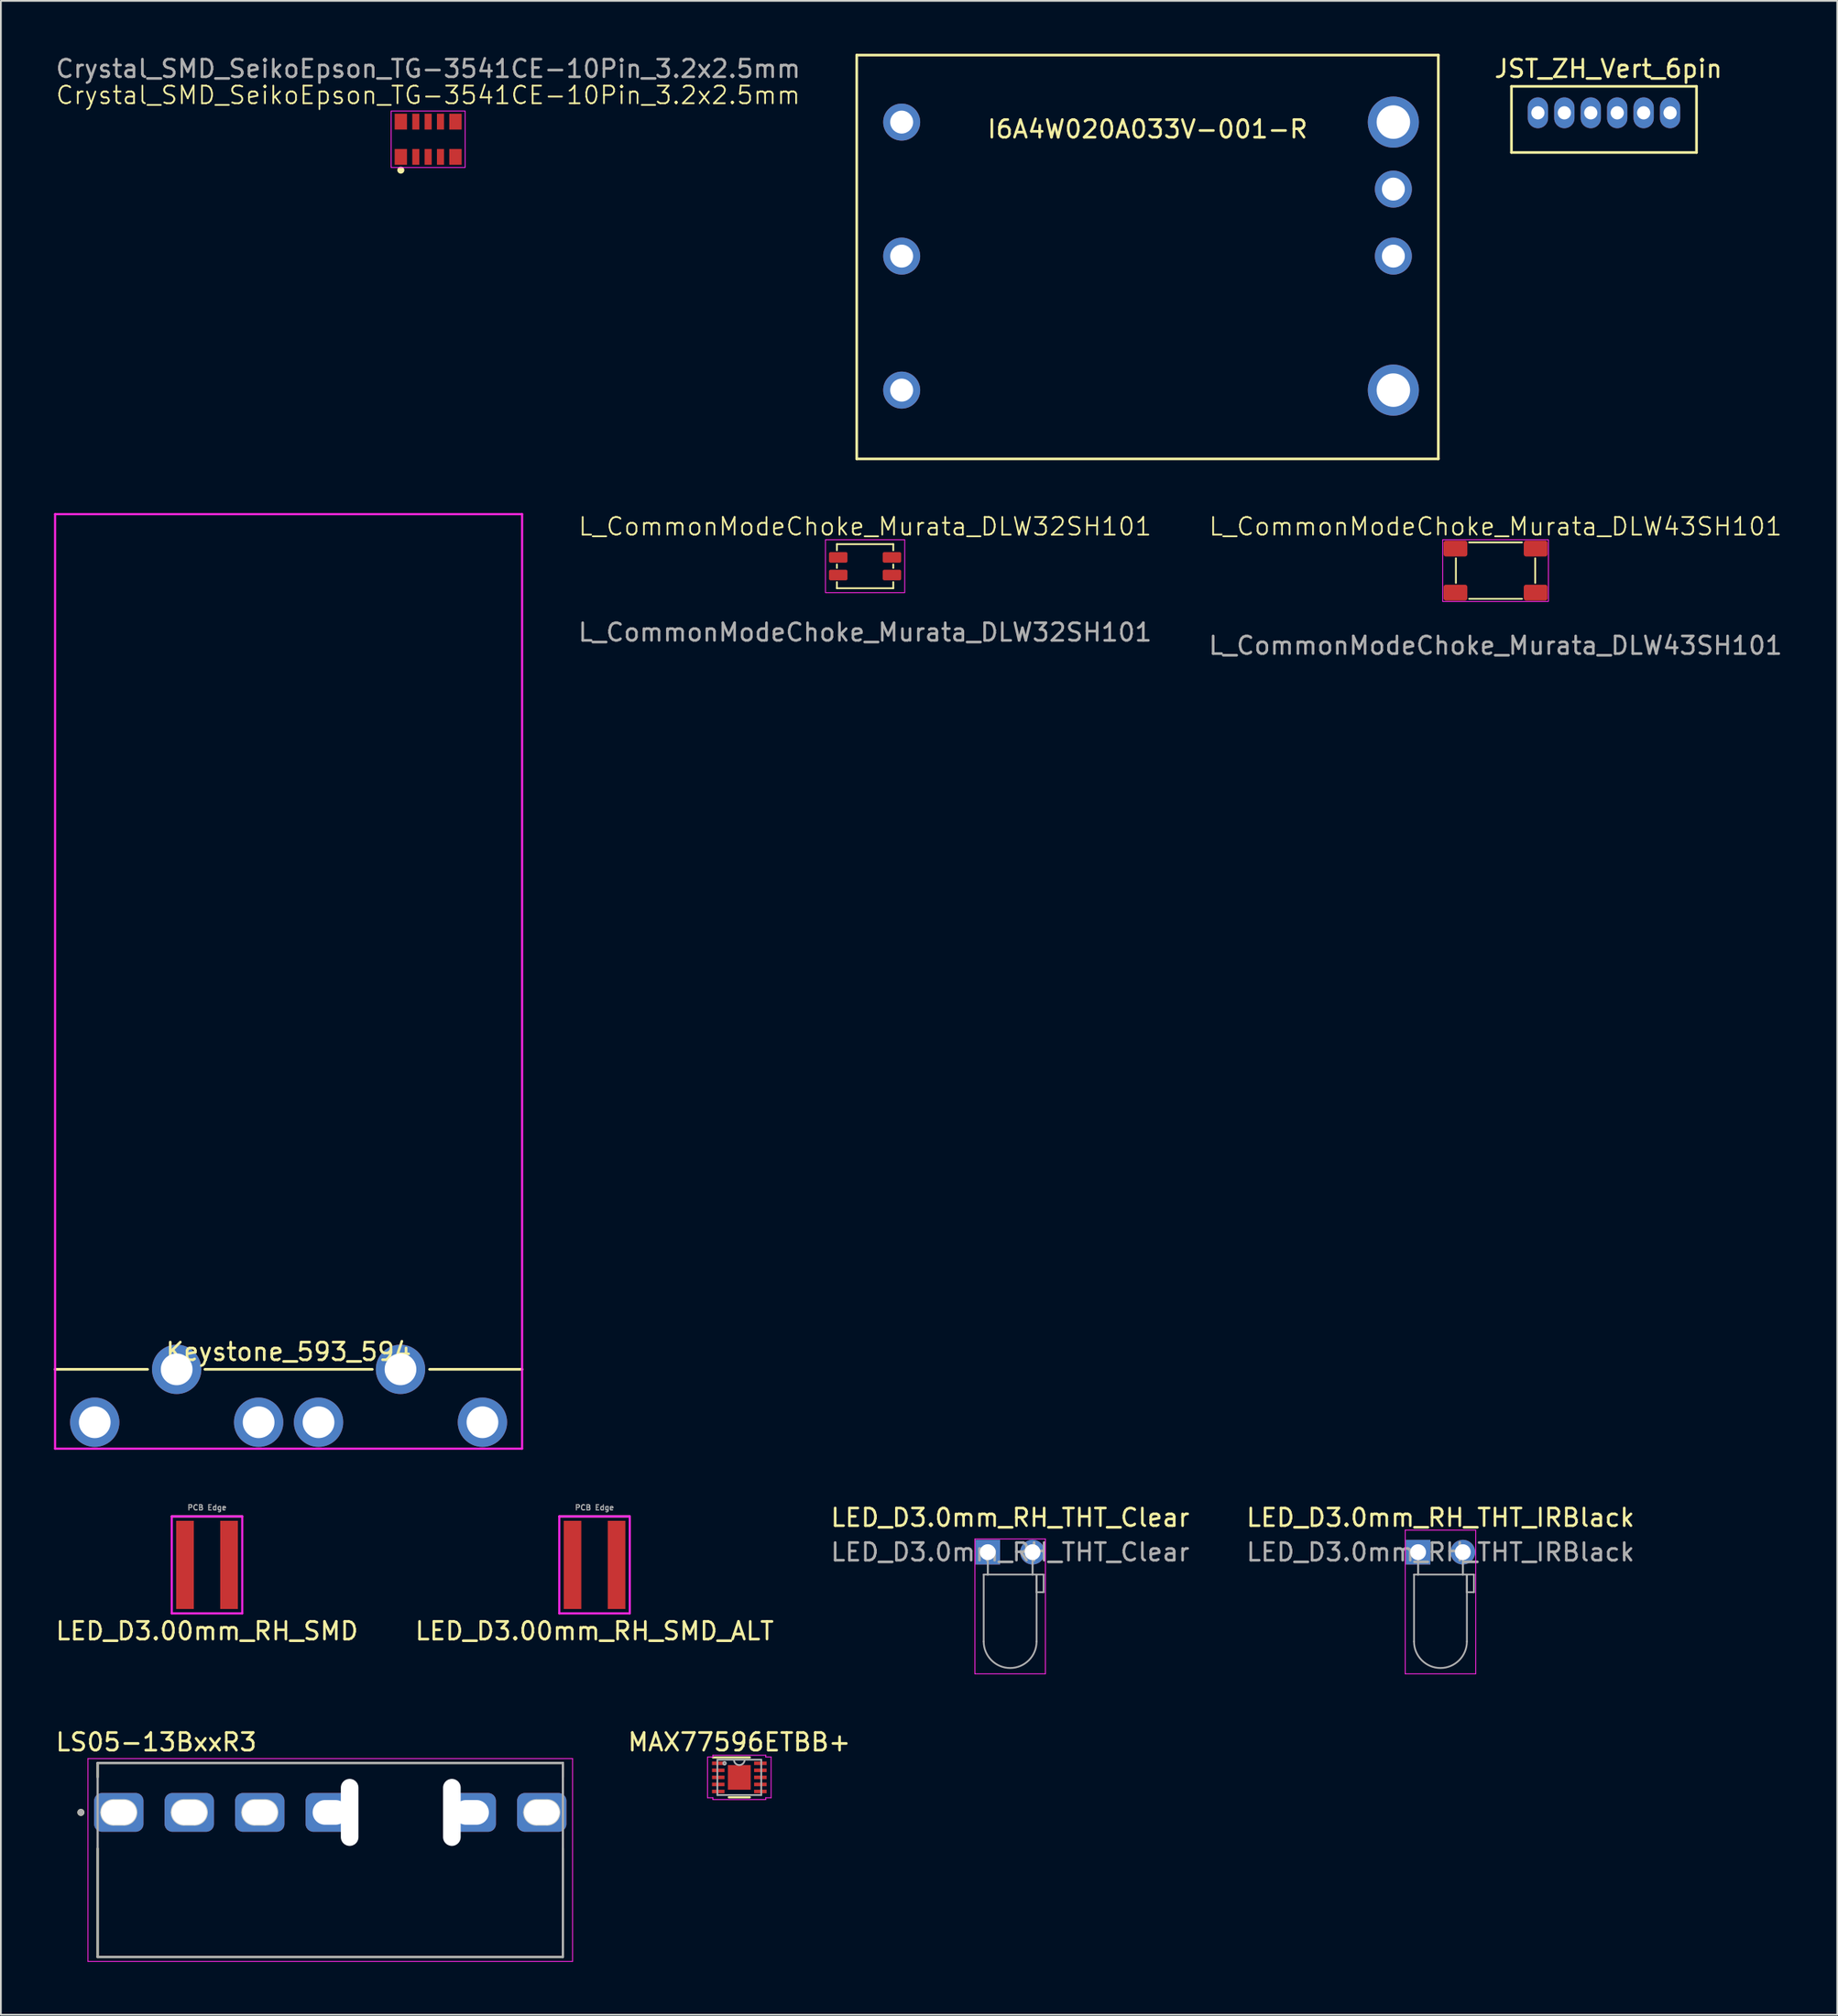
<source format=kicad_pcb>
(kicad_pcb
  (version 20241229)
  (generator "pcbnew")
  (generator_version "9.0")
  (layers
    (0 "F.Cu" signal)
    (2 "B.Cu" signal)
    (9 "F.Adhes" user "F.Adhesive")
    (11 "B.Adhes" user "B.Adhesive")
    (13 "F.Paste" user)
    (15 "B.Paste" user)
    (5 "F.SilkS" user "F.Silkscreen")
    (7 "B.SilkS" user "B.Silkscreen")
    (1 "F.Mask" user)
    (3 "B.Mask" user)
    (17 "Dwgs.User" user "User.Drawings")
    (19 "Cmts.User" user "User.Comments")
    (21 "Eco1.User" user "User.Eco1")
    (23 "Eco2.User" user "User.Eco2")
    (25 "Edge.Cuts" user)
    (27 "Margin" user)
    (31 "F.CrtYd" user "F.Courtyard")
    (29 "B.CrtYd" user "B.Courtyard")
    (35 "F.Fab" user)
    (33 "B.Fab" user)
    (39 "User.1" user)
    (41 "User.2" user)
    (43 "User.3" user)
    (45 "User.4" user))
  (footprint "LED_D3.00mm_RH_SMD"
    (layer "F.Cu")
    (at 8.696 85.701)
    (property "Reference" "LED_D3.00mm_RH_SMD" (at 0 3.75 0) (layer "F.SilkS") (effects (font (size 1 1) (thickness 0.15))))
    (attr smd)
    (fp_line (start -2 -2.75) (end -2 2.75) (stroke (width 0.12) (type solid)) (layer "F.CrtYd"))
    (fp_line (start -2 2.75) (end 2 2.75) (stroke (width 0.12) (type solid)) (layer "F.CrtYd"))
    (fp_line (start 2 -2.75) (end -2 -2.75) (stroke (width 0.12) (type solid)) (layer "F.CrtYd"))
    (fp_line (start 2 2.75) (end 2 -2.75) (stroke (width 0.12) (type solid)) (layer "F.CrtYd"))
    (fp_line (start -2 -2.75) (end 2 -2.75) (stroke (width 0.12) (type solid)) (layer "F.Fab"))
    (fp_text user "PCB Edge" (at 0 -3.25 0) (layer "F.Fab") (effects (font (size 0.3 0.3) (thickness 0.06))))
    (pad "1" smd rect (at -1.25 0) (size 1 5) (layers "F.Cu" "F.Mask" "F.Paste"))
    (pad "2" smd rect (at 1.25 0) (size 1 5) (layers "F.Cu" "F.Mask" "F.Paste")))
  (footprint "LED_D3.0mm_RH_THT_IRBlack"
    (layer "F.Cu")
    (at 78.685 84.978)
    (property "Reference" "LED_D3.0mm_RH_THT_IRBlack" (at 0 -1.96 0) (layer "F.SilkS") (effects (font (size 1 1) (thickness 0.15))))
    (attr through_hole)
    (fp_line (start -2 -1.25) (end -2 6.9) (stroke (width 0.05) (type solid)) (layer "F.CrtYd"))
    (fp_line (start -2 6.9) (end 2 6.9) (stroke (width 0.05) (type solid)) (layer "F.CrtYd"))
    (fp_line (start 2 -1.25) (end -2 -1.25) (stroke (width 0.05) (type solid)) (layer "F.CrtYd"))
    (fp_line (start 2 6.9) (end 2 -1.25) (stroke (width 0.05) (type solid)) (layer "F.CrtYd"))
    (fp_line (start -1.5 1.27) (end -1.5 5.07) (stroke (width 0.1) (type solid)) (layer "F.Fab"))
    (fp_line (start -1.5 1.27) (end 1.5 1.27) (stroke (width 0.1) (type solid)) (layer "F.Fab"))
    (fp_line (start -1.27 0) (end -1.27 0) (stroke (width 0.1) (type solid)) (layer "F.Fab"))
    (fp_line (start -1.27 0) (end -1.27 1.27) (stroke (width 0.1) (type solid)) (layer "F.Fab"))
    (fp_line (start -1.27 1.27) (end -1.27 0) (stroke (width 0.1) (type solid)) (layer "F.Fab"))
    (fp_line (start -1.27 1.27) (end -1.27 1.27) (stroke (width 0.1) (type solid)) (layer "F.Fab"))
    (fp_line (start 1.27 0) (end 1.27 0) (stroke (width 0.1) (type solid)) (layer "F.Fab"))
    (fp_line (start 1.27 0) (end 1.27 1.27) (stroke (width 0.1) (type solid)) (layer "F.Fab"))
    (fp_line (start 1.27 1.27) (end 1.27 0) (stroke (width 0.1) (type solid)) (layer "F.Fab"))
    (fp_line (start 1.27 1.27) (end 1.27 1.27) (stroke (width 0.1) (type solid)) (layer "F.Fab"))
    (fp_line (start 1.5 1.27) (end 1.5 5.07) (stroke (width 0.1) (type solid)) (layer "F.Fab"))
    (fp_line (start 1.5 1.27) (end 1.9 1.27) (stroke (width 0.1) (type solid)) (layer "F.Fab"))
    (fp_line (start 1.5 2.27) (end 1.5 1.27) (stroke (width 0.1) (type solid)) (layer "F.Fab"))
    (fp_line (start 1.9 1.27) (end 1.9 2.27) (stroke (width 0.1) (type solid)) (layer "F.Fab"))
    (fp_line (start 1.9 2.27) (end 1.5 2.27) (stroke (width 0.1) (type solid)) (layer "F.Fab"))
    (fp_arc (start 1.5 5.07) (mid 0 6.57) (end -1.5 5.07) (stroke (width 0.1) (type solid)) (layer "F.Fab"))
    (fp_text user "${REFERENCE}" (at 0 0 0) (layer "F.Fab") (effects (font (size 1 1) (thickness 0.15))))
    (pad "1" thru_hole rect (at -1.27 0) (size 1.4 1.4) (drill 0.9) (layers "*.Cu" "*.Mask"))
    (pad "2" thru_hole circle (at 1.27 0) (size 1.4 1.4) (drill 0.9) (layers "*.Cu" "*.Mask")))
  (footprint "Crystal_SMD_SeikoEpson_TG-3541CE-10Pin_3.2x2.5mm"
    (layer "F.Cu")
    (at 21.244 4.848)
    (property "Reference" "Crystal_SMD_SeikoEpson_TG-3541CE-10Pin_3.2x2.5mm" (at 0 -2.5 0) (unlocked yes) (layer "F.SilkS") (effects (font (size 1 1) (thickness 0.1))))
    (attr smd)
    (fp_circle (center -1.55 1.75) (end -1.4 1.75) (stroke (width 0.1) (type solid)) (fill yes) (layer "F.SilkS"))
    (fp_rect (start -2.1 -1.6) (end 2.1 1.6) (stroke (width 0.05) (type default)) (fill no) (layer "F.CrtYd"))
    (fp_text user "${REFERENCE}" (at 0 -4 0) (unlocked yes) (layer "F.Fab") (effects (font (size 1 1) (thickness 0.15))))
    (pad "1" smd rect (at -1.55 1) (size 0.7 0.9) (layers "F.Cu" "F.Mask" "F.Paste"))
    (pad "2" smd rect (at -0.7 1) (size 0.4 0.9) (layers "F.Cu" "F.Mask" "F.Paste"))
    (pad "3" smd rect (at 0 1) (size 0.4 0.9) (layers "F.Cu" "F.Mask" "F.Paste"))
    (pad "4" smd rect (at 0.7 1) (size 0.4 0.9) (layers "F.Cu" "F.Mask" "F.Paste"))
    (pad "5" smd rect (at 1.55 1) (size 0.7 0.9) (layers "F.Cu" "F.Mask" "F.Paste"))
    (pad "6" smd rect (at 1.55 -1) (size 0.7 0.9) (layers "F.Cu" "F.Mask" "F.Paste"))
    (pad "7" smd rect (at 0.7 -1) (size 0.4 0.9) (layers "F.Cu" "F.Mask" "F.Paste"))
    (pad "8" smd rect (at 0 -1) (size 0.4 0.9) (layers "F.Cu" "F.Mask" "F.Paste"))
    (pad "9" smd rect (at -0.7 -1) (size 0.4 0.9) (layers "F.Cu" "F.Mask" "F.Paste"))
    (pad "10" smd rect (at -1.55 -1) (size 0.7 0.9) (layers "F.Cu" "F.Mask" "F.Paste")))
  (footprint "LS05-13BxxR3"
    (layer "F.Cu")
    (at 15.69 99.737)
    (property "Reference" "LS05-13BxxR3" (at -9.875 -3.985 0) (layer "F.SilkS") (effects (font (size 1 1) (thickness 0.15))))
    (attr through_hole)
    (fp_line (start -13.2 -2.8) (end -13.2 -2) (stroke (width 0.127) (type solid)) (layer "F.SilkS"))
    (fp_line (start -13.2 2.05) (end -13.2 8.2) (stroke (width 0.127) (type solid)) (layer "F.SilkS"))
    (fp_line (start -13.2 8.2) (end 13.2 8.2) (stroke (width 0.127) (type solid)) (layer "F.SilkS"))
    (fp_line (start 13.2 -2.8) (end -13.2 -2.8) (stroke (width 0.127) (type solid)) (layer "F.SilkS"))
    (fp_line (start 13.2 -2.8) (end 13.2 -2) (stroke (width 0.127) (type solid)) (layer "F.SilkS"))
    (fp_line (start 13.2 2.05) (end 13.2 8.2) (stroke (width 0.127) (type solid)) (layer "F.SilkS"))
    (fp_circle (center -14.15 0) (end -14.05 0) (stroke (width 0.2) (type solid)) (fill no) (layer "F.SilkS"))
    (fp_line (start -12.3 -0.7) (end -11.7 -0.7) (stroke (width 0.1) (type solid)) (layer "Edge.Cuts"))
    (fp_line (start -11.7 0.7) (end -12.3 0.7) (stroke (width 0.1) (type solid)) (layer "Edge.Cuts"))
    (fp_line (start -8.3 -0.7) (end -7.7 -0.7) (stroke (width 0.1) (type solid)) (layer "Edge.Cuts"))
    (fp_line (start -7.7 0.7) (end -8.3 0.7) (stroke (width 0.1) (type solid)) (layer "Edge.Cuts"))
    (fp_line (start -4.3 -0.7) (end -3.7 -0.7) (stroke (width 0.1) (type solid)) (layer "Edge.Cuts"))
    (fp_line (start -3.7 0.7) (end -4.3 0.7) (stroke (width 0.1) (type solid)) (layer "Edge.Cuts"))
    (fp_line (start 11.7 -0.7) (end 12.3 -0.7) (stroke (width 0.1) (type solid)) (layer "Edge.Cuts"))
    (fp_line (start 12.3 0.7) (end 11.7 0.7) (stroke (width 0.1) (type solid)) (layer "Edge.Cuts"))
    (fp_arc (start -13 0) (mid -12.794975 -0.494975) (end -12.3 -0.7) (stroke (width 0.1) (type solid)) (layer "Edge.Cuts"))
    (fp_arc (start -12.3 0.7) (mid -12.794975 0.494975) (end -13 0) (stroke (width 0.1) (type solid)) (layer "Edge.Cuts"))
    (fp_arc (start -11.7 -0.7) (mid -11.205025 -0.494975) (end -11 0) (stroke (width 0.1) (type solid)) (layer "Edge.Cuts"))
    (fp_arc (start -11 0) (mid -11.205025 0.494975) (end -11.7 0.7) (stroke (width 0.1) (type solid)) (layer "Edge.Cuts"))
    (fp_arc (start -9 0) (mid -8.794975 -0.494975) (end -8.3 -0.7) (stroke (width 0.1) (type solid)) (layer "Edge.Cuts"))
    (fp_arc (start -8.3 0.7) (mid -8.794975 0.494975) (end -9 0) (stroke (width 0.1) (type solid)) (layer "Edge.Cuts"))
    (fp_arc (start -7.7 -0.7) (mid -7.205025 -0.494975) (end -7 0) (stroke (width 0.1) (type solid)) (layer "Edge.Cuts"))
    (fp_arc (start -7 0) (mid -7.205025 0.494975) (end -7.7 0.7) (stroke (width 0.1) (type solid)) (layer "Edge.Cuts"))
    (fp_arc (start -5 0) (mid -4.794975 -0.494975) (end -4.3 -0.7) (stroke (width 0.1) (type solid)) (layer "Edge.Cuts"))
    (fp_arc (start -4.3 0.7) (mid -4.794975 0.494975) (end -5 0) (stroke (width 0.1) (type solid)) (layer "Edge.Cuts"))
    (fp_arc (start -3.7 -0.7) (mid -3.205025 -0.494975) (end -3 0) (stroke (width 0.1) (type solid)) (layer "Edge.Cuts"))
    (fp_arc (start -3 0) (mid -3.205025 0.494975) (end -3.7 0.7) (stroke (width 0.1) (type solid)) (layer "Edge.Cuts"))
    (fp_arc (start 11 0) (mid 11.205025 -0.494975) (end 11.7 -0.7) (stroke (width 0.1) (type solid)) (layer "Edge.Cuts"))
    (fp_arc (start 11.7 0.7) (mid 11.205025 0.494975) (end 11 0) (stroke (width 0.1) (type solid)) (layer "Edge.Cuts"))
    (fp_arc (start 12.3 -0.7) (mid 12.794975 -0.494975) (end 13 0) (stroke (width 0.1) (type solid)) (layer "Edge.Cuts"))
    (fp_arc (start 13 0) (mid 12.794975 0.494975) (end 12.3 0.7) (stroke (width 0.1) (type solid)) (layer "Edge.Cuts"))
    (fp_line (start -13.75 -3.05) (end -13.75 8.45) (stroke (width 0.05) (type solid)) (layer "F.CrtYd"))
    (fp_line (start -13.75 8.45) (end 13.75 8.45) (stroke (width 0.05) (type solid)) (layer "F.CrtYd"))
    (fp_line (start 13.75 -3.05) (end -13.75 -3.05) (stroke (width 0.05) (type solid)) (layer "F.CrtYd"))
    (fp_line (start 13.75 8.45) (end 13.75 -3.05) (stroke (width 0.05) (type solid)) (layer "F.CrtYd"))
    (fp_line (start -13.2 -2.8) (end -13.2 8.2) (stroke (width 0.127) (type solid)) (layer "F.Fab"))
    (fp_line (start -13.2 8.2) (end 13.2 8.2) (stroke (width 0.127) (type solid)) (layer "F.Fab"))
    (fp_line (start 13.2 -2.8) (end -13.2 -2.8) (stroke (width 0.127) (type solid)) (layer "F.Fab"))
    (fp_line (start 13.2 8.2) (end 13.2 -2.8) (stroke (width 0.127) (type solid)) (layer "F.Fab"))
    (fp_circle (center -14.15 0) (end -14.05 0) (stroke (width 0.2) (type solid)) (fill no) (layer "F.Fab"))
    (pad "" np_thru_hole oval (at 1.1 0) (size 1 3.8) (drill oval 1 3.8) (layers "*.Cu" "*.Mask"))
    (pad "" np_thru_hole oval (at 6.9 0) (size 1 3.8) (drill oval 1 3.8) (layers "*.Cu" "*.Mask"))
    (pad "1" thru_hole roundrect (at -12 0) (size 2.8 2.2) (drill oval 2 1.4) (layers "*.Cu" "*.Mask") (roundrect_rratio 0.2))
    (pad "2" thru_hole roundrect (at -8 0) (size 2.8 2.2) (drill oval 2 1.4) (layers "*.Cu" "*.Mask") (roundrect_rratio 0.2))
    (pad "3" thru_hole roundrect (at -4 0) (size 2.8 2.2) (drill oval 2 1.4) (layers "*.Cu" "*.Mask") (roundrect_rratio 0.2))
    (pad "4" thru_hole roundrect (at 0 0) (size 2.8 2.2) (drill oval 2 1.4) (layers "*.Cu" "*.Mask") (roundrect_rratio 0.2))
    (pad "5" thru_hole roundrect (at 8 0) (size 2.8 2.2) (drill oval 2 1.4) (layers "*.Cu" "*.Mask") (roundrect_rratio 0.2))
    (pad "6" thru_hole roundrect (at 12 0) (size 2.8 2.2) (drill oval 2 1.4) (layers "*.Cu" "*.Mask") (roundrect_rratio 0.2)))
  (footprint "L_CommonModeChoke_Murata_DLW32SH101"
    (layer "F.Cu")
    (at 46.037 29.061)
    (property "Reference" "L_CommonModeChoke_Murata_DLW32SH101" (at 0 -2.25 0) (unlocked yes) (layer "F.SilkS") (effects (font (size 1 1) (thickness 0.1))))
    (attr smd)
    (fp_line (start -1.6 -1.25) (end -1.6 -0.9) (stroke (width 0.1) (type default)) (layer "F.SilkS"))
    (fp_line (start -1.6 -0.1) (end -1.6 0.1) (stroke (width 0.1) (type default)) (layer "F.SilkS"))
    (fp_line (start -1.6 1.25) (end -1.6 0.9) (stroke (width 0.1) (type default)) (layer "F.SilkS"))
    (fp_line (start -1.6 1.25) (end 1.6 1.25) (stroke (width 0.1) (type default)) (layer "F.SilkS"))
    (fp_line (start 1.6 -1.25) (end -1.6 -1.25) (stroke (width 0.1) (type default)) (layer "F.SilkS"))
    (fp_line (start 1.6 -1.25) (end 1.6 -0.9) (stroke (width 0.1) (type default)) (layer "F.SilkS"))
    (fp_line (start 1.6 -0.1) (end 1.6 0.1) (stroke (width 0.1) (type default)) (layer "F.SilkS"))
    (fp_line (start 1.6 1.25) (end 1.6 0.9) (stroke (width 0.1) (type default)) (layer "F.SilkS"))
    (fp_rect (start -2.25 -1.5) (end 2.25 1.5) (stroke (width 0.05) (type default)) (fill no) (layer "F.CrtYd"))
    (fp_text user "${REFERENCE}" (at 0 3.75 0) (unlocked yes) (layer "F.Fab") (effects (font (size 1 1) (thickness 0.15))))
    (pad "1" smd roundrect (at -1.525 -0.5) (size 1.05 0.6) (layers "F.Cu" "F.Mask" "F.Paste") (roundrect_rratio 0.15))
    (pad "2" smd roundrect (at 1.525 -0.5) (size 1.05 0.6) (layers "F.Cu" "F.Mask" "F.Paste") (roundrect_rratio 0.15))
    (pad "3" smd roundrect (at 1.525 0.5) (size 1.05 0.6) (layers "F.Cu" "F.Mask" "F.Paste") (roundrect_rratio 0.15))
    (pad "4" smd roundrect (at -1.525 0.5) (size 1.05 0.6) (layers "F.Cu" "F.Mask" "F.Paste") (roundrect_rratio 0.15)))
  (footprint "L_CommonModeChoke_Murata_DLW43SH101"
    (layer "F.Cu")
    (at 81.811 29.311)
    (property "Reference" "L_CommonModeChoke_Murata_DLW43SH101" (at 0 -2.5 0) (unlocked yes) (layer "F.SilkS") (effects (font (size 1 1) (thickness 0.1))))
    (attr smd)
    (fp_line (start -2.25 -0.7) (end -2.25 0.7) (stroke (width 0.1) (type default)) (layer "F.SilkS"))
    (fp_line (start -1.5 1.6) (end 1.5 1.6) (stroke (width 0.1) (type default)) (layer "F.SilkS"))
    (fp_line (start 1.5 -1.6) (end -1.5 -1.6) (stroke (width 0.1) (type default)) (layer "F.SilkS"))
    (fp_line (start 2.25 -0.7) (end 2.25 0.7) (stroke (width 0.1) (type default)) (layer "F.SilkS"))
    (fp_rect (start -3 -1.75) (end 3 1.75) (stroke (width 0.05) (type default)) (fill no) (layer "F.CrtYd"))
    (fp_text user "${REFERENCE}" (at 0 4.25 0) (unlocked yes) (layer "F.Fab") (effects (font (size 1 1) (thickness 0.15))))
    (pad "1" smd roundrect (at -2.275 -1.25) (size 1.35 0.9) (layers "F.Cu" "F.Mask" "F.Paste") (roundrect_rratio 0.15))
    (pad "2" smd roundrect (at 2.275 -1.25) (size 1.35 0.9) (layers "F.Cu" "F.Mask" "F.Paste") (roundrect_rratio 0.15))
    (pad "3" smd roundrect (at 2.275 1.25) (size 1.35 0.9) (layers "F.Cu" "F.Mask" "F.Paste") (roundrect_rratio 0.15))
    (pad "4" smd roundrect (at -2.275 1.25) (size 1.35 0.9) (layers "F.Cu" "F.Mask" "F.Paste") (roundrect_rratio 0.15)))
  (footprint "I6A4W020A033V-001-R"
    (layer "F.Cu")
    (at 62.063 11.525)
    (property "Reference" "I6A4W020A033V-001-R" (at 0 -7.25 0) (layer "F.SilkS") (effects (font (size 1 1) (thickness 0.15))))
    (attr through_hole)
    (fp_line (start -16.5 -11.45) (end 16.5 -11.45) (stroke (width 0.15) (type solid)) (layer "F.SilkS"))
    (fp_line (start -16.5 11.45) (end -16.5 -11.45) (stroke (width 0.15) (type solid)) (layer "F.SilkS"))
    (fp_line (start -16.5 11.45) (end 16.5 11.45) (stroke (width 0.15) (type solid)) (layer "F.SilkS"))
    (fp_line (start 16.5 -11.45) (end 16.5 11.45) (stroke (width 0.15) (type solid)) (layer "F.SilkS"))
    (pad "1" thru_hole circle (at -13.95 -7.65) (size 2.1 2.1) (drill 1.3) (layers "*.Cu" "*.Mask"))
    (pad "2" thru_hole circle (at -13.95 -0.05) (size 2.1 2.1) (drill 1.3) (layers "*.Cu" "*.Mask"))
    (pad "3" thru_hole circle (at -13.95 7.55) (size 2.1 2.1) (drill 1.3) (layers "*.Cu" "*.Mask"))
    (pad "4" thru_hole circle (at 13.95 7.55) (size 2.9 2.9) (drill 1.9) (layers "*.Cu" "*.Mask"))
    (pad "6" thru_hole circle (at 13.95 -0.05) (size 2.1 2.1) (drill 1.3) (layers "*.Cu" "*.Mask"))
    (pad "7" thru_hole circle (at 13.95 -3.85) (size 2.1 2.1) (drill 1.3) (layers "*.Cu" "*.Mask"))
    (pad "8" thru_hole circle (at 13.95 -7.65) (size 2.9 2.9) (drill 1.9) (layers "*.Cu" "*.Mask")))
  (footprint "LED_D3.0mm_RH_THT_Clear"
    (layer "F.Cu")
    (at 54.268 84.978)
    (property "Reference" "LED_D3.0mm_RH_THT_Clear" (at 0 -1.96 0) (layer "F.SilkS") (effects (font (size 1 1) (thickness 0.15))))
    (attr through_hole)
    (fp_line (start -2 -0.75) (end -2 6.9) (stroke (width 0.05) (type solid)) (layer "F.CrtYd"))
    (fp_line (start -2 6.9) (end 2 6.9) (stroke (width 0.05) (type solid)) (layer "F.CrtYd"))
    (fp_line (start 2 -0.75) (end -2 -0.75) (stroke (width 0.05) (type solid)) (layer "F.CrtYd"))
    (fp_line (start 2 6.9) (end 2 -0.75) (stroke (width 0.05) (type solid)) (layer "F.CrtYd"))
    (fp_line (start -1.5 1.27) (end -1.5 5.07) (stroke (width 0.1) (type solid)) (layer "F.Fab"))
    (fp_line (start -1.5 1.27) (end 1.5 1.27) (stroke (width 0.1) (type solid)) (layer "F.Fab"))
    (fp_line (start -1.27 0) (end -1.27 0) (stroke (width 0.1) (type solid)) (layer "F.Fab"))
    (fp_line (start -1.27 0) (end -1.27 1.27) (stroke (width 0.1) (type solid)) (layer "F.Fab"))
    (fp_line (start -1.27 1.27) (end -1.27 0) (stroke (width 0.1) (type solid)) (layer "F.Fab"))
    (fp_line (start -1.27 1.27) (end -1.27 1.27) (stroke (width 0.1) (type solid)) (layer "F.Fab"))
    (fp_line (start 1.27 0) (end 1.27 0) (stroke (width 0.1) (type solid)) (layer "F.Fab"))
    (fp_line (start 1.27 0) (end 1.27 1.27) (stroke (width 0.1) (type solid)) (layer "F.Fab"))
    (fp_line (start 1.27 1.27) (end 1.27 0) (stroke (width 0.1) (type solid)) (layer "F.Fab"))
    (fp_line (start 1.27 1.27) (end 1.27 1.27) (stroke (width 0.1) (type solid)) (layer "F.Fab"))
    (fp_line (start 1.5 1.27) (end 1.5 5.07) (stroke (width 0.1) (type solid)) (layer "F.Fab"))
    (fp_line (start 1.5 1.27) (end 1.9 1.27) (stroke (width 0.1) (type solid)) (layer "F.Fab"))
    (fp_line (start 1.5 2.27) (end 1.5 1.27) (stroke (width 0.1) (type solid)) (layer "F.Fab"))
    (fp_line (start 1.9 1.27) (end 1.9 2.27) (stroke (width 0.1) (type solid)) (layer "F.Fab"))
    (fp_line (start 1.9 2.27) (end 1.5 2.27) (stroke (width 0.1) (type solid)) (layer "F.Fab"))
    (fp_arc (start 1.5 5.07) (mid 0 6.57) (end -1.5 5.07) (stroke (width 0.1) (type solid)) (layer "F.Fab"))
    (fp_text user "${REFERENCE}" (at 0 0 0) (layer "F.Fab") (effects (font (size 1 1) (thickness 0.15))))
    (pad "1" thru_hole rect (at -1.27 0) (size 1.4 1.4) (drill 0.9) (layers "*.Cu" "*.Mask"))
    (pad "2" thru_hole circle (at 1.27 0) (size 1.4 1.4) (drill 0.9) (layers "*.Cu" "*.Mask")))
  (footprint "JST_ZH_Vert_6pin"
    (layer "F.Cu")
    (at 84.215 3.348)
    (property "Reference" "JST_ZH_Vert_6pin" (at 4 -2.5 0) (layer "F.SilkS") (effects (font (size 1 1) (thickness 0.15))))
    (attr through_hole)
    (fp_line (start -1.5 2.25) (end -1.5 -1.5) (stroke (width 0.15) (type solid)) (layer "F.SilkS"))
    (fp_line (start 9 -1.5) (end -1.5 -1.5) (stroke (width 0.15) (type solid)) (layer "F.SilkS"))
    (fp_line (start 9 -1.5) (end 9 2.25) (stroke (width 0.15) (type solid)) (layer "F.SilkS"))
    (fp_line (start 9 2.25) (end -1.5 2.25) (stroke (width 0.15) (type solid)) (layer "F.SilkS"))
    (pad "1" thru_hole oval (at 0 0) (size 1.15 1.75) (drill 0.75) (layers "*.Cu" "*.Mask"))
    (pad "2" thru_hole oval (at 1.5 0) (size 1.15 1.75) (drill 0.75) (layers "*.Cu" "*.Mask"))
    (pad "3" thru_hole oval (at 3 0) (size 1.15 1.75) (drill 0.75) (layers "*.Cu" "*.Mask"))
    (pad "4" thru_hole oval (at 4.5 0) (size 1.15 1.75) (drill 0.75) (layers "*.Cu" "*.Mask"))
    (pad "5" thru_hole oval (at 6 0) (size 1.15 1.75) (drill 0.75) (layers "*.Cu" "*.Mask"))
    (pad "6" thru_hole oval (at 7.5 0) (size 1.15 1.75) (drill 0.75) (layers "*.Cu" "*.Mask")))
  (footprint "LED_D3.00mm_RH_SMD_ALT"
    (layer "F.Cu")
    (at 30.685 85.701)
    (property "Reference" "LED_D3.00mm_RH_SMD_ALT" (at 0 3.75 0) (layer "F.SilkS") (effects (font (size 1 1) (thickness 0.15))))
    (attr through_hole)
    (fp_line (start -2 -2.75) (end -2 2.75) (stroke (width 0.12) (type solid)) (layer "F.CrtYd"))
    (fp_line (start -2 2.75) (end 2 2.75) (stroke (width 0.12) (type solid)) (layer "F.CrtYd"))
    (fp_line (start 2 -2.75) (end -2 -2.75) (stroke (width 0.12) (type solid)) (layer "F.CrtYd"))
    (fp_line (start 2 2.75) (end 2 -2.75) (stroke (width 0.12) (type solid)) (layer "F.CrtYd"))
    (fp_line (start -2 -2.75) (end 2 -2.75) (stroke (width 0.12) (type solid)) (layer "F.Fab"))
    (fp_text user "PCB Edge" (at 0 -3.25 0) (layer "F.Fab") (effects (font (size 0.3 0.3) (thickness 0.06))))
    (pad "1" smd rect (at 1.25 0) (size 1 5) (layers "F.Cu" "F.Mask" "F.Paste"))
    (pad "2" smd rect (at -1.25 0) (size 1 5) (layers "F.Cu" "F.Mask" "F.Paste")))
  (footprint "Keystone_593_594"
    (layer "F.Cu")
    (at 13.325 74.61)
    (property "Reference" "Keystone_593_594" (at 0 -1 0) (layer "F.SilkS") (effects (font (size 1 1) (thickness 0.15))))
    (attr through_hole)
    (fp_line (start -8 0) (end -13.25 0) (stroke (width 0.15) (type solid)) (layer "F.SilkS"))
    (fp_line (start 4.75 0) (end -4.75 0) (stroke (width 0.15) (type solid)) (layer "F.SilkS"))
    (fp_line (start 8 0) (end 13.25 0) (stroke (width 0.15) (type solid)) (layer "F.SilkS"))
    (fp_line (start -13.25 -48.5) (end -13.25 4.5) (stroke (width 0.12) (type solid)) (layer "F.CrtYd"))
    (fp_line (start -13.25 4.5) (end 13.25 4.5) (stroke (width 0.12) (type solid)) (layer "F.CrtYd"))
    (fp_line (start 13.25 -48.5) (end -13.25 -48.5) (stroke (width 0.12) (type solid)) (layer "F.CrtYd"))
    (fp_line (start 13.25 4.5) (end 13.25 -48.5) (stroke (width 0.12) (type solid)) (layer "F.CrtYd"))
    (pad "1" thru_hole circle (at -11 3) (size 2.8 2.8) (drill 1.8) (layers "*.Cu" "*.Mask"))
    (pad "1" thru_hole circle (at -6.35 0) (size 2.8 2.8) (drill 1.8) (layers "*.Cu" "*.Mask"))
    (pad "1" thru_hole circle (at -1.7 3) (size 2.8 2.8) (drill 1.8) (layers "*.Cu" "*.Mask"))
    (pad "2" thru_hole circle (at 1.7 3) (size 2.8 2.8) (drill 1.8) (layers "*.Cu" "*.Mask"))
    (pad "2" thru_hole circle (at 6.35 0) (size 2.8 2.8) (drill 1.8) (layers "*.Cu" "*.Mask"))
    (pad "2" thru_hole circle (at 11 3) (size 2.8 2.8) (drill 1.8) (layers "*.Cu" "*.Mask")))
  (footprint "MAX77596ETBB+"
    (layer "F.Cu")
    (at 38.9 97.751)
    (property "Reference" "MAX77596ETBB+" (at 0 -2 0) (layer "F.SilkS") (effects (font (size 1 1) (thickness 0.15))))
    (attr through_hole)
    (fp_line (start -0.597 1.13) (end 0.597 1.13) (stroke (width 0.12) (type solid)) (layer "F.SilkS"))
    (fp_line (start 0.597 -1.13) (end -1.5 -1.13) (stroke (width 0.12) (type solid)) (layer "F.SilkS"))
    (fp_line (start -1.803 -1.156) (end -1.499 -1.156) (stroke (width 0.05) (type solid)) (layer "F.CrtYd"))
    (fp_line (start -1.803 1.156) (end -1.803 -1.156) (stroke (width 0.05) (type solid)) (layer "F.CrtYd"))
    (fp_line (start -1.499 -1.257) (end 1.499 -1.257) (stroke (width 0.05) (type solid)) (layer "F.CrtYd"))
    (fp_line (start -1.499 -1.156) (end -1.499 -1.257) (stroke (width 0.05) (type solid)) (layer "F.CrtYd"))
    (fp_line (start -1.499 1.156) (end -1.803 1.156) (stroke (width 0.05) (type solid)) (layer "F.CrtYd"))
    (fp_line (start -1.499 1.257) (end -1.499 1.156) (stroke (width 0.05) (type solid)) (layer "F.CrtYd"))
    (fp_line (start 1.499 -1.257) (end 1.499 -1.156) (stroke (width 0.05) (type solid)) (layer "F.CrtYd"))
    (fp_line (start 1.499 -1.156) (end 1.803 -1.156) (stroke (width 0.05) (type solid)) (layer "F.CrtYd"))
    (fp_line (start 1.499 1.156) (end 1.499 1.257) (stroke (width 0.05) (type solid)) (layer "F.CrtYd"))
    (fp_line (start 1.499 1.257) (end -1.499 1.257) (stroke (width 0.05) (type solid)) (layer "F.CrtYd"))
    (fp_line (start 1.803 -1.156) (end 1.803 1.156) (stroke (width 0.05) (type solid)) (layer "F.CrtYd"))
    (fp_line (start 1.803 1.156) (end 1.499 1.156) (stroke (width 0.05) (type solid)) (layer "F.CrtYd"))
    (fp_line (start -1.245 -1.003) (end -1.245 1.003) (stroke (width 0.1) (type solid)) (layer "F.Fab"))
    (fp_line (start -1.245 1.003) (end 1.245 1.003) (stroke (width 0.1) (type solid)) (layer "F.Fab"))
    (fp_line (start 1.245 -1.003) (end -1.245 -1.003) (stroke (width 0.1) (type solid)) (layer "F.Fab"))
    (fp_line (start 1.245 1.003) (end 1.245 -1.003) (stroke (width 0.1) (type solid)) (layer "F.Fab"))
    (fp_arc (start 0.3048 -1.0033) (mid 0 -0.6985) (end -0.3048 -1.0033) (stroke (width 0.1) (type solid)) (layer "F.Fab"))
    (fp_circle (center -0.838 -0.8) (end -0.762 -0.8) (stroke (width 0.1) (type solid)) (fill no) (layer "F.Fab"))
    (pad "1" smd rect (at -1.194 -0.8) (size 0.711 0.203) (layers "F.Cu" "F.Mask" "F.Paste"))
    (pad "2" smd rect (at -1.194 -0.4) (size 0.711 0.203) (layers "F.Cu" "F.Mask" "F.Paste"))
    (pad "3" smd rect (at -1.194 0) (size 0.711 0.203) (layers "F.Cu" "F.Mask" "F.Paste"))
    (pad "4" smd rect (at -1.194 0.4) (size 0.711 0.203) (layers "F.Cu" "F.Mask" "F.Paste"))
    (pad "5" smd rect (at -1.194 0.8) (size 0.711 0.203) (layers "F.Cu" "F.Mask" "F.Paste"))
    (pad "6" smd rect (at 1.194 0.8) (size 0.711 0.203) (layers "F.Cu" "F.Mask" "F.Paste"))
    (pad "7" smd rect (at 1.194 0.4) (size 0.711 0.203) (layers "F.Cu" "F.Mask" "F.Paste"))
    (pad "8" smd rect (at 1.194 0) (size 0.711 0.203) (layers "F.Cu" "F.Mask" "F.Paste"))
    (pad "9" smd rect (at 1.194 -0.4) (size 0.711 0.203) (layers "F.Cu" "F.Mask" "F.Paste"))
    (pad "10" smd rect (at 1.194 -0.8) (size 0.711 0.203) (layers "F.Cu" "F.Mask" "F.Paste"))
    (pad "11" smd rect (at 0 0) (size 1.295 1.397) (layers "F.Cu" "F.Mask" "F.Paste")))
  (gr_rect
    (start -3 -3)
    (end 101.198 111.212)
    (stroke (width 0.1) (type default))
    (fill no)
    (layer "Edge.Cuts")))
</source>
